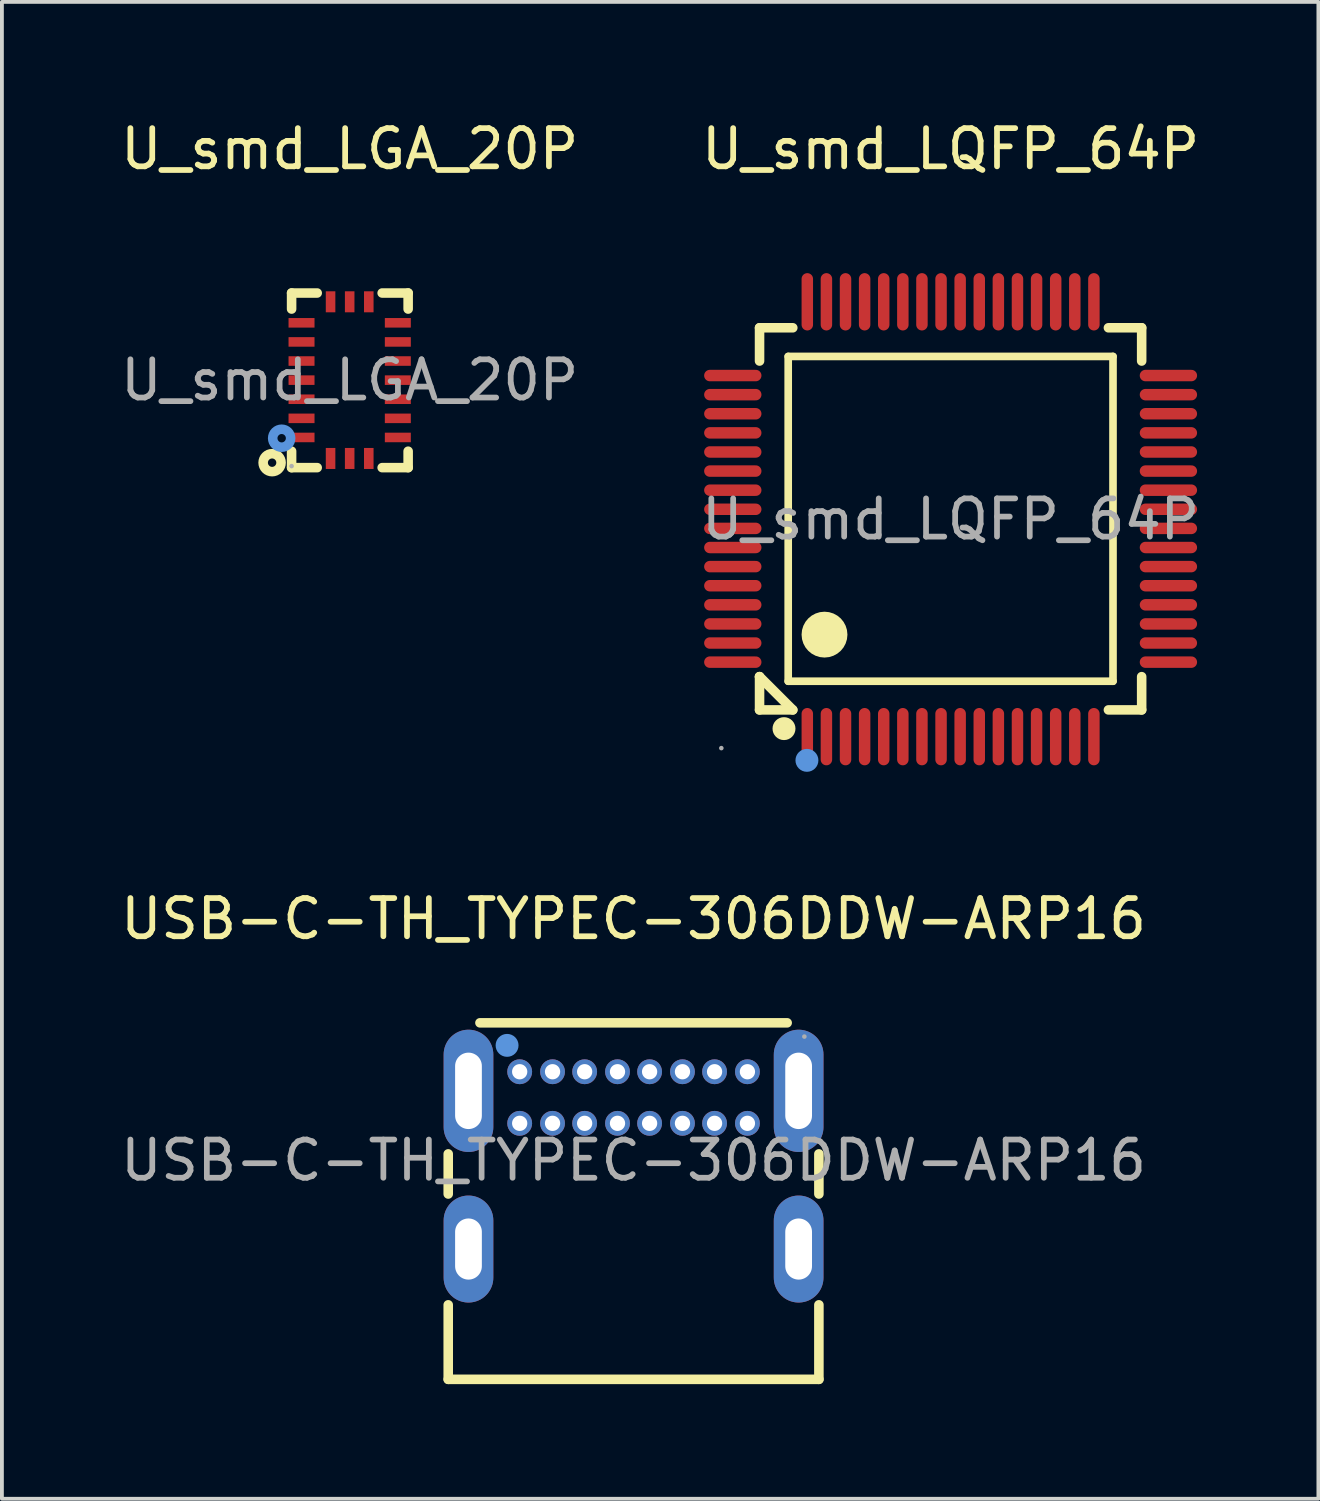
<source format=kicad_pcb>
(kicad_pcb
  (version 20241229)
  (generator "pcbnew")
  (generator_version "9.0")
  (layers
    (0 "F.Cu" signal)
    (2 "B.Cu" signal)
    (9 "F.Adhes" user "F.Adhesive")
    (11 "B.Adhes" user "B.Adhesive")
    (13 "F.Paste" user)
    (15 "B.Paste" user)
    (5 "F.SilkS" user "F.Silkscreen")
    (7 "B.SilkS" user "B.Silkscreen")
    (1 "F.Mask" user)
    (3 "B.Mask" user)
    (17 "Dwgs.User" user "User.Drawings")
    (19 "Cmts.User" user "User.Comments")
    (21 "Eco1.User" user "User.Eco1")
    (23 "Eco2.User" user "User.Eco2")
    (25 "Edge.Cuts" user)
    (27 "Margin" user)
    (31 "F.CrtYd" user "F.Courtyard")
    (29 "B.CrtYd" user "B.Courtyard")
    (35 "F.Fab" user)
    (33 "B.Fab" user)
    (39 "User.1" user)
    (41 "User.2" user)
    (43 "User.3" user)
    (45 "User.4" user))
  (footprint "U_smd_LGA_20P"
    (layer "F.Cu")
    (at 6.101 6.898)
    (property "Reference" "U_smd_LGA_20P" (at 0 -6.05 0) (layer "F.SilkS") (effects (font (size 1 1) (thickness 0.15))))
    (attr smd)
    (fp_line (start -1.52 -2.28) (end -0.85 -2.28) (stroke (width 0.25) (type solid)) (layer "F.SilkS"))
    (fp_line (start -1.52 -1.86) (end -1.52 -2.28) (stroke (width 0.25) (type solid)) (layer "F.SilkS"))
    (fp_line (start -1.52 2.29) (end -1.52 1.86) (stroke (width 0.25) (type solid)) (layer "F.SilkS"))
    (fp_line (start -0.85 2.29) (end -1.52 2.29) (stroke (width 0.25) (type solid)) (layer "F.SilkS"))
    (fp_line (start 0.85 -2.28) (end 1.53 -2.28) (stroke (width 0.25) (type solid)) (layer "F.SilkS"))
    (fp_line (start 1.53 -2.28) (end 1.53 -1.86) (stroke (width 0.25) (type solid)) (layer "F.SilkS"))
    (fp_line (start 1.53 1.86) (end 1.53 2.29) (stroke (width 0.25) (type solid)) (layer "F.SilkS"))
    (fp_line (start 1.53 2.29) (end 0.85 2.29) (stroke (width 0.25) (type solid)) (layer "F.SilkS"))
    (fp_circle (center -2.03 2.16) (end -1.92 2.16) (stroke (width 0.25) (type solid)) (fill no) (layer "F.SilkS"))
    (fp_circle (center -1.78 1.52) (end -1.67 1.52) (stroke (width 0.25) (type solid)) (fill no) (layer "Cmts.User"))
    (fp_circle (center -1.52 2.25) (end -1.49 2.25) (stroke (width 0.06) (type solid)) (fill no) (layer "F.Fab"))
    (fp_text user "${REFERENCE}" (at 0 0 0) (layer "F.Fab") (effects (font (size 1 1) (thickness 0.15))))
    (pad "1" smd rect (at -1.26 1.5 90) (size 0.25 0.68) (layers "F.Cu" "F.Mask" "F.Paste"))
    (pad "2" smd rect (at -1.26 1 90) (size 0.25 0.68) (layers "F.Cu" "F.Mask" "F.Paste"))
    (pad "3" smd rect (at -1.26 0.5 90) (size 0.25 0.68) (layers "F.Cu" "F.Mask" "F.Paste"))
    (pad "4" smd rect (at -1.26 0 90) (size 0.25 0.68) (layers "F.Cu" "F.Mask" "F.Paste"))
    (pad "5" smd rect (at -1.26 -0.5 90) (size 0.25 0.68) (layers "F.Cu" "F.Mask" "F.Paste"))
    (pad "6" smd rect (at -1.26 -1 90) (size 0.25 0.68) (layers "F.Cu" "F.Mask" "F.Paste"))
    (pad "7" smd rect (at -1.26 -1.5 90) (size 0.25 0.68) (layers "F.Cu" "F.Mask" "F.Paste"))
    (pad "8" smd rect (at -0.5 -2.05 180) (size 0.25 0.55) (layers "F.Cu" "F.Mask" "F.Paste"))
    (pad "9" smd rect (at 0 -2.05 180) (size 0.25 0.55) (layers "F.Cu" "F.Mask" "F.Paste"))
    (pad "10" smd rect (at 0.5 -2.05 180) (size 0.25 0.55) (layers "F.Cu" "F.Mask" "F.Paste"))
    (pad "11" smd rect (at 1.26 -1.5 270) (size 0.25 0.68) (layers "F.Cu" "F.Mask" "F.Paste"))
    (pad "12" smd rect (at 1.26 -1 270) (size 0.25 0.68) (layers "F.Cu" "F.Mask" "F.Paste"))
    (pad "13" smd rect (at 1.26 -0.5 270) (size 0.25 0.68) (layers "F.Cu" "F.Mask" "F.Paste"))
    (pad "14" smd rect (at 1.26 0 270) (size 0.25 0.68) (layers "F.Cu" "F.Mask" "F.Paste"))
    (pad "15" smd rect (at 1.26 0.5 270) (size 0.25 0.68) (layers "F.Cu" "F.Mask" "F.Paste"))
    (pad "16" smd rect (at 1.26 1 270) (size 0.25 0.68) (layers "F.Cu" "F.Mask" "F.Paste"))
    (pad "17" smd rect (at 1.26 1.5 270) (size 0.25 0.68) (layers "F.Cu" "F.Mask" "F.Paste"))
    (pad "18" smd rect (at 0.5 2.05 180) (size 0.25 0.55) (layers "F.Cu" "F.Mask" "F.Paste"))
    (pad "19" smd rect (at 0 2.05) (size 0.25 0.55) (layers "F.Cu" "F.Mask" "F.Paste"))
    (pad "20" smd rect (at -0.5 2.05 180) (size 0.25 0.55) (layers "F.Cu" "F.Mask" "F.Paste")))
  (footprint "USB-C-TH_TYPEC-306DDW-ARP16"
    (layer "F.Cu")
    (at 13.53 27.317)
    (property "Reference" "USB-C-TH_TYPEC-306DDW-ARP16" (at 0 -6.32 0) (layer "F.SilkS") (effects (font (size 1 1) (thickness 0.15))))
    (attr through_hole)
    (fp_line (start -4.85 0.88) (end -4.85 -0.17) (stroke (width 0.25) (type solid)) (layer "F.SilkS"))
    (fp_line (start -4.85 5.73) (end -4.85 3.78) (stroke (width 0.25) (type solid)) (layer "F.SilkS"))
    (fp_line (start -4.85 5.73) (end 4.85 5.73) (stroke (width 0.25) (type solid)) (layer "F.SilkS"))
    (fp_line (start -4.02 -3.6) (end 4.02 -3.6) (stroke (width 0.25) (type solid)) (layer "F.SilkS"))
    (fp_line (start 4.85 0.88) (end 4.85 -0.17) (stroke (width 0.25) (type solid)) (layer "F.SilkS"))
    (fp_line (start 4.85 5.73) (end 4.85 3.78) (stroke (width 0.25) (type solid)) (layer "F.SilkS"))
    (fp_circle (center -3.31 -3.01) (end -3.16 -3.01) (stroke (width 0.3) (type solid)) (fill no) (layer "Cmts.User"))
    (fp_circle (center -2.98 -2.32) (end -2.93 -2.32) (stroke (width 0.1) (type solid)) (fill no) (layer "F.Fab"))
    (fp_circle (center -2.98 -0.97) (end -2.93 -0.97) (stroke (width 0.1) (type solid)) (fill no) (layer "F.Fab"))
    (fp_circle (center -2.12 -2.32) (end -2.07 -2.32) (stroke (width 0.1) (type solid)) (fill no) (layer "F.Fab"))
    (fp_circle (center -2.12 -0.97) (end -2.07 -0.97) (stroke (width 0.1) (type solid)) (fill no) (layer "F.Fab"))
    (fp_circle (center -1.28 -2.32) (end -1.23 -2.32) (stroke (width 0.1) (type solid)) (fill no) (layer "F.Fab"))
    (fp_circle (center -1.28 -0.97) (end -1.23 -0.97) (stroke (width 0.1) (type solid)) (fill no) (layer "F.Fab"))
    (fp_circle (center -0.42 -2.32) (end -0.37 -2.32) (stroke (width 0.1) (type solid)) (fill no) (layer "F.Fab"))
    (fp_circle (center -0.42 -0.97) (end -0.37 -0.97) (stroke (width 0.1) (type solid)) (fill no) (layer "F.Fab"))
    (fp_circle (center 0.42 -2.32) (end 0.47 -2.32) (stroke (width 0.1) (type solid)) (fill no) (layer "F.Fab"))
    (fp_circle (center 0.42 -0.97) (end 0.47 -0.97) (stroke (width 0.1) (type solid)) (fill no) (layer "F.Fab"))
    (fp_circle (center 1.28 -2.32) (end 1.33 -2.32) (stroke (width 0.1) (type solid)) (fill no) (layer "F.Fab"))
    (fp_circle (center 1.28 -0.97) (end 1.33 -0.97) (stroke (width 0.1) (type solid)) (fill no) (layer "F.Fab"))
    (fp_circle (center 2.12 -2.32) (end 2.17 -2.32) (stroke (width 0.1) (type solid)) (fill no) (layer "F.Fab"))
    (fp_circle (center 2.12 -0.97) (end 2.17 -0.97) (stroke (width 0.1) (type solid)) (fill no) (layer "F.Fab"))
    (fp_circle (center 2.98 -2.32) (end 3.03 -2.32) (stroke (width 0.1) (type solid)) (fill no) (layer "F.Fab"))
    (fp_circle (center 2.98 -0.97) (end 3.03 -0.97) (stroke (width 0.1) (type solid)) (fill no) (layer "F.Fab"))
    (fp_circle (center 4.47 -3.24) (end 4.5 -3.24) (stroke (width 0.06) (type solid)) (fill no) (layer "F.Fab"))
    (fp_text user "${REFERENCE}" (at 0 0 0) (layer "F.Fab") (effects (font (size 1 1) (thickness 0.15))))
    (pad "17" thru_hole oval (at 4.32 -1.82) (size 1.3 3.2) (drill oval 0.7 2) (layers "*.Cu" "*.Mask"))
    (pad "18" thru_hole oval (at 4.32 2.32) (size 1.3 2.8) (drill oval 0.7 1.6) (layers "*.Cu" "*.Mask"))
    (pad "19" thru_hole oval (at -4.32 2.32) (size 1.3 2.8) (drill oval 0.7 1.6) (layers "*.Cu" "*.Mask"))
    (pad "20" thru_hole oval (at -4.32 -1.82) (size 1.3 3.2) (drill oval 0.7 2) (layers "*.Cu" "*.Mask"))
    (pad "A1" thru_hole circle (at -2.98 -2.32) (size 0.65 0.65) (drill 0.4) (layers "*.Cu" "*.Mask"))
    (pad "A4" thru_hole circle (at -2.12 -2.32) (size 0.65 0.65) (drill 0.4) (layers "*.Cu" "*.Mask"))
    (pad "A5" thru_hole circle (at -1.28 -2.32) (size 0.65 0.65) (drill 0.4) (layers "*.Cu" "*.Mask"))
    (pad "A6" thru_hole circle (at -0.42 -2.32) (size 0.65 0.65) (drill 0.4) (layers "*.Cu" "*.Mask"))
    (pad "A7" thru_hole circle (at 0.42 -2.32) (size 0.65 0.65) (drill 0.4) (layers "*.Cu" "*.Mask"))
    (pad "A8" thru_hole circle (at 1.28 -2.32) (size 0.65 0.65) (drill 0.4) (layers "*.Cu" "*.Mask"))
    (pad "A9" thru_hole circle (at 2.12 -2.32) (size 0.65 0.65) (drill 0.4) (layers "*.Cu" "*.Mask"))
    (pad "A12" thru_hole circle (at 2.98 -2.32) (size 0.65 0.65) (drill 0.4) (layers "*.Cu" "*.Mask"))
    (pad "B1" thru_hole circle (at 2.98 -0.97) (size 0.65 0.65) (drill 0.4) (layers "*.Cu" "*.Mask"))
    (pad "B4" thru_hole circle (at 2.12 -0.97) (size 0.65 0.65) (drill 0.4) (layers "*.Cu" "*.Mask"))
    (pad "B5" thru_hole circle (at 1.28 -0.97) (size 0.65 0.65) (drill 0.4) (layers "*.Cu" "*.Mask"))
    (pad "B6" thru_hole circle (at 0.42 -0.97) (size 0.65 0.65) (drill 0.4) (layers "*.Cu" "*.Mask"))
    (pad "B7" thru_hole circle (at -0.42 -0.97) (size 0.65 0.65) (drill 0.4) (layers "*.Cu" "*.Mask"))
    (pad "B8" thru_hole circle (at -1.28 -0.97) (size 0.65 0.65) (drill 0.4) (layers "*.Cu" "*.Mask"))
    (pad "B9" thru_hole circle (at -2.12 -0.97) (size 0.65 0.65) (drill 0.4) (layers "*.Cu" "*.Mask"))
    (pad "B12" thru_hole circle (at -2.98 -0.97) (size 0.65 0.65) (drill 0.4) (layers "*.Cu" "*.Mask")))
  (footprint "U_smd_LQFP_64P"
    (layer "F.Cu")
    (at 21.827 10.538)
    (property "Reference" "U_smd_LQFP_64P" (at 0 -9.69 0) (layer "F.SilkS") (effects (font (size 1 1) (thickness 0.15))))
    (attr smd)
    (fp_line (start -5 -5.01) (end -4.13 -5.01) (stroke (width 0.25) (type solid)) (layer "F.SilkS"))
    (fp_line (start -5 -4.14) (end -5 -5.01) (stroke (width 0.25) (type solid)) (layer "F.SilkS"))
    (fp_line (start -5 4.12) (end -5 4.12) (stroke (width 0.25) (type solid)) (layer "F.SilkS"))
    (fp_line (start -5 4.12) (end -4.13 4.99) (stroke (width 0.25) (type solid)) (layer "F.SilkS"))
    (fp_line (start -5 4.99) (end -5 4.12) (stroke (width 0.25) (type solid)) (layer "F.SilkS"))
    (fp_line (start -4.25 -4.26) (end -4.25 4.24) (stroke (width 0.2) (type solid)) (layer "F.SilkS"))
    (fp_line (start -4.25 4.24) (end 4.25 4.24) (stroke (width 0.2) (type solid)) (layer "F.SilkS"))
    (fp_line (start -4.13 4.99) (end -5 4.99) (stroke (width 0.25) (type solid)) (layer "F.SilkS"))
    (fp_line (start 4.25 -4.26) (end -4.25 -4.26) (stroke (width 0.2) (type solid)) (layer "F.SilkS"))
    (fp_line (start 4.25 4.24) (end 4.25 -4.26) (stroke (width 0.2) (type solid)) (layer "F.SilkS"))
    (fp_line (start 5 -5.01) (end 4.13 -5.01) (stroke (width 0.25) (type solid)) (layer "F.SilkS"))
    (fp_line (start 5 -5.01) (end 5 -4.14) (stroke (width 0.25) (type solid)) (layer "F.SilkS"))
    (fp_line (start 5 4.12) (end 5 4.99) (stroke (width 0.25) (type solid)) (layer "F.SilkS"))
    (fp_line (start 5 4.99) (end 4.13 4.99) (stroke (width 0.25) (type solid)) (layer "F.SilkS"))
    (fp_arc (start -4.36 5.48) (mid -4.36 5.48) (end -4.36 5.48) (stroke (width 0.3) (type solid)) (layer "F.SilkS"))
    (fp_arc (start -3.3 3.02) (mid -3.3 3.02) (end -3.3 3.02) (stroke (width 0.6) (type solid)) (layer "F.SilkS"))
    (fp_circle (center -3.76 6.31) (end -3.61 6.31) (stroke (width 0.3) (type solid)) (fill no) (layer "Cmts.User"))
    (fp_circle (center -6 5.99) (end -5.97 5.99) (stroke (width 0.06) (type solid)) (fill no) (layer "F.Fab"))
    (fp_text user "${REFERENCE}" (at 0 0 0) (layer "F.Fab") (effects (font (size 1 1) (thickness 0.15))))
    (pad "1" smd oval (at -3.75 5.69) (size 0.3 1.5) (layers "F.Cu" "F.Mask" "F.Paste"))
    (pad "2" smd oval (at -3.25 5.69) (size 0.3 1.5) (layers "F.Cu" "F.Mask" "F.Paste"))
    (pad "3" smd oval (at -2.75 5.69) (size 0.3 1.5) (layers "F.Cu" "F.Mask" "F.Paste"))
    (pad "4" smd oval (at -2.25 5.69) (size 0.3 1.5) (layers "F.Cu" "F.Mask" "F.Paste"))
    (pad "5" smd oval (at -1.75 5.69) (size 0.3 1.5) (layers "F.Cu" "F.Mask" "F.Paste"))
    (pad "6" smd oval (at -1.25 5.69) (size 0.3 1.5) (layers "F.Cu" "F.Mask" "F.Paste"))
    (pad "7" smd oval (at -0.75 5.69) (size 0.3 1.5) (layers "F.Cu" "F.Mask" "F.Paste"))
    (pad "8" smd oval (at -0.25 5.69) (size 0.3 1.5) (layers "F.Cu" "F.Mask" "F.Paste"))
    (pad "9" smd oval (at 0.25 5.69) (size 0.3 1.5) (layers "F.Cu" "F.Mask" "F.Paste"))
    (pad "10" smd oval (at 0.75 5.69) (size 0.3 1.5) (layers "F.Cu" "F.Mask" "F.Paste"))
    (pad "11" smd oval (at 1.25 5.69) (size 0.3 1.5) (layers "F.Cu" "F.Mask" "F.Paste"))
    (pad "12" smd oval (at 1.75 5.69) (size 0.3 1.5) (layers "F.Cu" "F.Mask" "F.Paste"))
    (pad "13" smd oval (at 2.25 5.69) (size 0.3 1.5) (layers "F.Cu" "F.Mask" "F.Paste"))
    (pad "14" smd oval (at 2.75 5.69) (size 0.3 1.5) (layers "F.Cu" "F.Mask" "F.Paste"))
    (pad "15" smd oval (at 3.25 5.69) (size 0.3 1.5) (layers "F.Cu" "F.Mask" "F.Paste"))
    (pad "16" smd oval (at 3.75 5.69) (size 0.3 1.5) (layers "F.Cu" "F.Mask" "F.Paste"))
    (pad "17" smd oval (at 5.7 3.74) (size 1.5 0.3) (layers "F.Cu" "F.Mask" "F.Paste"))
    (pad "18" smd oval (at 5.7 3.24) (size 1.5 0.3) (layers "F.Cu" "F.Mask" "F.Paste"))
    (pad "19" smd oval (at 5.7 2.74) (size 1.5 0.3) (layers "F.Cu" "F.Mask" "F.Paste"))
    (pad "20" smd oval (at 5.7 2.24) (size 1.5 0.3) (layers "F.Cu" "F.Mask" "F.Paste"))
    (pad "21" smd oval (at 5.7 1.74) (size 1.5 0.3) (layers "F.Cu" "F.Mask" "F.Paste"))
    (pad "22" smd oval (at 5.7 1.24) (size 1.5 0.3) (layers "F.Cu" "F.Mask" "F.Paste"))
    (pad "23" smd oval (at 5.7 0.74) (size 1.5 0.3) (layers "F.Cu" "F.Mask" "F.Paste"))
    (pad "24" smd oval (at 5.7 0.24) (size 1.5 0.3) (layers "F.Cu" "F.Mask" "F.Paste"))
    (pad "25" smd oval (at 5.7 -0.26) (size 1.5 0.3) (layers "F.Cu" "F.Mask" "F.Paste"))
    (pad "26" smd oval (at 5.7 -0.76) (size 1.5 0.3) (layers "F.Cu" "F.Mask" "F.Paste"))
    (pad "27" smd oval (at 5.7 -1.26) (size 1.5 0.3) (layers "F.Cu" "F.Mask" "F.Paste"))
    (pad "28" smd oval (at 5.7 -1.76) (size 1.5 0.3) (layers "F.Cu" "F.Mask" "F.Paste"))
    (pad "29" smd oval (at 5.7 -2.26) (size 1.5 0.3) (layers "F.Cu" "F.Mask" "F.Paste"))
    (pad "30" smd oval (at 5.7 -2.76) (size 1.5 0.3) (layers "F.Cu" "F.Mask" "F.Paste"))
    (pad "31" smd oval (at 5.7 -3.26) (size 1.5 0.3) (layers "F.Cu" "F.Mask" "F.Paste"))
    (pad "32" smd oval (at 5.7 -3.76) (size 1.5 0.3) (layers "F.Cu" "F.Mask" "F.Paste"))
    (pad "33" smd oval (at 3.75 -5.69) (size 0.3 1.5) (layers "F.Cu" "F.Mask" "F.Paste"))
    (pad "34" smd oval (at 3.25 -5.69) (size 0.3 1.5) (layers "F.Cu" "F.Mask" "F.Paste"))
    (pad "35" smd oval (at 2.75 -5.69) (size 0.3 1.5) (layers "F.Cu" "F.Mask" "F.Paste"))
    (pad "36" smd oval (at 2.25 -5.69) (size 0.3 1.5) (layers "F.Cu" "F.Mask" "F.Paste"))
    (pad "37" smd oval (at 1.75 -5.69) (size 0.3 1.5) (layers "F.Cu" "F.Mask" "F.Paste"))
    (pad "38" smd oval (at 1.25 -5.69) (size 0.3 1.5) (layers "F.Cu" "F.Mask" "F.Paste"))
    (pad "39" smd oval (at 0.75 -5.69) (size 0.3 1.5) (layers "F.Cu" "F.Mask" "F.Paste"))
    (pad "40" smd oval (at 0.25 -5.69) (size 0.3 1.5) (layers "F.Cu" "F.Mask" "F.Paste"))
    (pad "41" smd oval (at -0.25 -5.69) (size 0.3 1.5) (layers "F.Cu" "F.Mask" "F.Paste"))
    (pad "42" smd oval (at -0.75 -5.69) (size 0.3 1.5) (layers "F.Cu" "F.Mask" "F.Paste"))
    (pad "43" smd oval (at -1.25 -5.69) (size 0.3 1.5) (layers "F.Cu" "F.Mask" "F.Paste"))
    (pad "44" smd oval (at -1.75 -5.69) (size 0.3 1.5) (layers "F.Cu" "F.Mask" "F.Paste"))
    (pad "45" smd oval (at -2.25 -5.69) (size 0.3 1.5) (layers "F.Cu" "F.Mask" "F.Paste"))
    (pad "46" smd oval (at -2.75 -5.69) (size 0.3 1.5) (layers "F.Cu" "F.Mask" "F.Paste"))
    (pad "47" smd oval (at -3.25 -5.69) (size 0.3 1.5) (layers "F.Cu" "F.Mask" "F.Paste"))
    (pad "48" smd oval (at -3.75 -5.69) (size 0.3 1.5) (layers "F.Cu" "F.Mask" "F.Paste"))
    (pad "49" smd oval (at -5.7 -3.76) (size 1.5 0.3) (layers "F.Cu" "F.Mask" "F.Paste"))
    (pad "50" smd oval (at -5.7 -3.26) (size 1.5 0.3) (layers "F.Cu" "F.Mask" "F.Paste"))
    (pad "51" smd oval (at -5.7 -2.76) (size 1.5 0.3) (layers "F.Cu" "F.Mask" "F.Paste"))
    (pad "52" smd oval (at -5.7 -2.26) (size 1.5 0.3) (layers "F.Cu" "F.Mask" "F.Paste"))
    (pad "53" smd oval (at -5.7 -1.76) (size 1.5 0.3) (layers "F.Cu" "F.Mask" "F.Paste"))
    (pad "54" smd oval (at -5.7 -1.26) (size 1.5 0.3) (layers "F.Cu" "F.Mask" "F.Paste"))
    (pad "55" smd oval (at -5.7 -0.76) (size 1.5 0.3) (layers "F.Cu" "F.Mask" "F.Paste"))
    (pad "56" smd oval (at -5.7 -0.26) (size 1.5 0.3) (layers "F.Cu" "F.Mask" "F.Paste"))
    (pad "57" smd oval (at -5.7 0.24) (size 1.5 0.3) (layers "F.Cu" "F.Mask" "F.Paste"))
    (pad "58" smd oval (at -5.7 0.74) (size 1.5 0.3) (layers "F.Cu" "F.Mask" "F.Paste"))
    (pad "59" smd oval (at -5.7 1.24) (size 1.5 0.3) (layers "F.Cu" "F.Mask" "F.Paste"))
    (pad "60" smd oval (at -5.7 1.74) (size 1.5 0.3) (layers "F.Cu" "F.Mask" "F.Paste"))
    (pad "61" smd oval (at -5.7 2.24) (size 1.5 0.3) (layers "F.Cu" "F.Mask" "F.Paste"))
    (pad "62" smd oval (at -5.7 2.74) (size 1.5 0.3) (layers "F.Cu" "F.Mask" "F.Paste"))
    (pad "63" smd oval (at -5.7 3.24) (size 1.5 0.3) (layers "F.Cu" "F.Mask" "F.Paste"))
    (pad "64" smd oval (at -5.7 3.74) (size 1.5 0.3) (layers "F.Cu" "F.Mask" "F.Paste")))
  (gr_rect
    (start -3 -3)
    (end 31.452 36.172)
    (stroke (width 0.1) (type default))
    (fill no)
    (layer "Edge.Cuts")))
</source>
